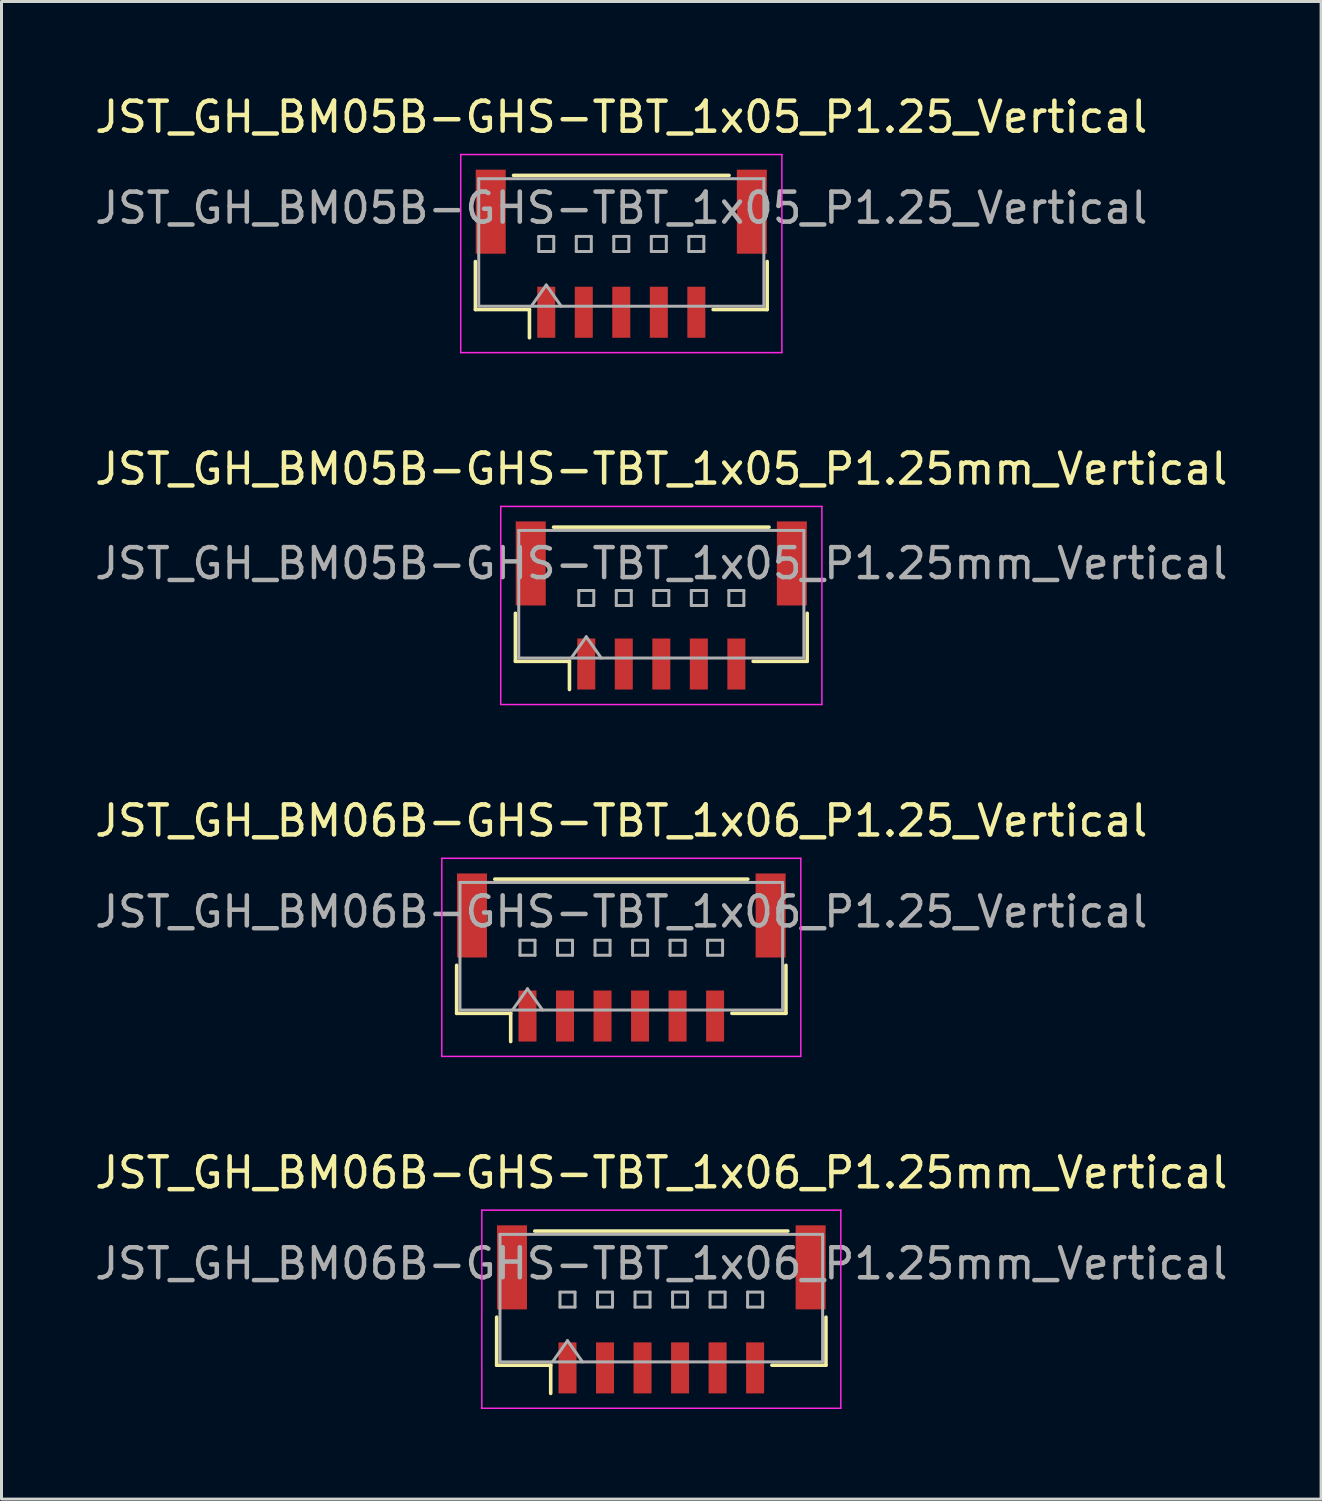
<source format=kicad_pcb>
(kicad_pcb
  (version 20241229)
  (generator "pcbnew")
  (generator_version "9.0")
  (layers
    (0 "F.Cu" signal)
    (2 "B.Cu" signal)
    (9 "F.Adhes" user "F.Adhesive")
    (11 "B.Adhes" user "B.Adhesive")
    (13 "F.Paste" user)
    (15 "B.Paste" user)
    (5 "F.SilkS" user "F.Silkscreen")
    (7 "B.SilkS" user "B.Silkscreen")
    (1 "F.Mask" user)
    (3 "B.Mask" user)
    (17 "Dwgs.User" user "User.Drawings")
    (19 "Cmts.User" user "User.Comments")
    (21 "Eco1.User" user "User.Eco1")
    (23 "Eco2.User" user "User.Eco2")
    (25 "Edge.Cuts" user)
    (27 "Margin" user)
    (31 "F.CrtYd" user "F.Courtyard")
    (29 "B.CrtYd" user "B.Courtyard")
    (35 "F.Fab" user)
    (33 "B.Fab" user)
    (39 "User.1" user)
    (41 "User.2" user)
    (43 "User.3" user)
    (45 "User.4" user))
  (footprint "JST_GH_BM06B-GHS-TBT_1x06_P1.25mm_Vertical"
    (layer "F.Cu")
    (at 18.982 40.848)
    (property "Reference" "JST_GH_BM06B-GHS-TBT_1x06_P1.25mm_Vertical" (at 0 -4.83 0) (layer "F.SilkS") (effects (font (size 1 1) (thickness 0.15))))
    (attr smd)
    (fp_line (start -5.485 -0.015) (end -5.485 1.585) (stroke (width 0.12) (type solid)) (layer "F.SilkS"))
    (fp_line (start -5.485 1.585) (end -3.685 1.585) (stroke (width 0.12) (type solid)) (layer "F.SilkS"))
    (fp_line (start -4.215 -2.885) (end 4.215 -2.885) (stroke (width 0.12) (type solid)) (layer "F.SilkS"))
    (fp_line (start -3.685 1.585) (end -3.685 2.525) (stroke (width 0.12) (type solid)) (layer "F.SilkS"))
    (fp_line (start 5.485 -0.015) (end 5.485 1.585) (stroke (width 0.12) (type solid)) (layer "F.SilkS"))
    (fp_line (start 5.485 1.585) (end 3.685 1.585) (stroke (width 0.12) (type solid)) (layer "F.SilkS"))
    (fp_line (start -5.98 -3.58) (end -5.98 3.02) (stroke (width 0.05) (type solid)) (layer "F.CrtYd"))
    (fp_line (start -5.98 3.02) (end 5.98 3.02) (stroke (width 0.05) (type solid)) (layer "F.CrtYd"))
    (fp_line (start 5.98 -3.58) (end -5.98 -3.58) (stroke (width 0.05) (type solid)) (layer "F.CrtYd"))
    (fp_line (start 5.98 3.02) (end 5.98 -3.58) (stroke (width 0.05) (type solid)) (layer "F.CrtYd"))
    (fp_line (start -5.375 -2.775) (end -5.375 1.475) (stroke (width 0.1) (type solid)) (layer "F.Fab"))
    (fp_line (start -5.375 1.475) (end 5.375 1.475) (stroke (width 0.1) (type solid)) (layer "F.Fab"))
    (fp_line (start -3.625 1.475) (end -3.125 0.768) (stroke (width 0.1) (type solid)) (layer "F.Fab"))
    (fp_line (start -3.375 -0.85) (end -3.375 -0.35) (stroke (width 0.1) (type solid)) (layer "F.Fab"))
    (fp_line (start -3.375 -0.35) (end -2.875 -0.35) (stroke (width 0.1) (type solid)) (layer "F.Fab"))
    (fp_line (start -3.125 0.768) (end -2.625 1.475) (stroke (width 0.1) (type solid)) (layer "F.Fab"))
    (fp_line (start -2.875 -0.85) (end -3.375 -0.85) (stroke (width 0.1) (type solid)) (layer "F.Fab"))
    (fp_line (start -2.875 -0.35) (end -2.875 -0.85) (stroke (width 0.1) (type solid)) (layer "F.Fab"))
    (fp_line (start -2.125 -0.85) (end -2.125 -0.35) (stroke (width 0.1) (type solid)) (layer "F.Fab"))
    (fp_line (start -2.125 -0.35) (end -1.625 -0.35) (stroke (width 0.1) (type solid)) (layer "F.Fab"))
    (fp_line (start -1.625 -0.85) (end -2.125 -0.85) (stroke (width 0.1) (type solid)) (layer "F.Fab"))
    (fp_line (start -1.625 -0.35) (end -1.625 -0.85) (stroke (width 0.1) (type solid)) (layer "F.Fab"))
    (fp_line (start -0.875 -0.85) (end -0.875 -0.35) (stroke (width 0.1) (type solid)) (layer "F.Fab"))
    (fp_line (start -0.875 -0.35) (end -0.375 -0.35) (stroke (width 0.1) (type solid)) (layer "F.Fab"))
    (fp_line (start -0.375 -0.85) (end -0.875 -0.85) (stroke (width 0.1) (type solid)) (layer "F.Fab"))
    (fp_line (start -0.375 -0.35) (end -0.375 -0.85) (stroke (width 0.1) (type solid)) (layer "F.Fab"))
    (fp_line (start 0.375 -0.85) (end 0.375 -0.35) (stroke (width 0.1) (type solid)) (layer "F.Fab"))
    (fp_line (start 0.375 -0.35) (end 0.875 -0.35) (stroke (width 0.1) (type solid)) (layer "F.Fab"))
    (fp_line (start 0.875 -0.85) (end 0.375 -0.85) (stroke (width 0.1) (type solid)) (layer "F.Fab"))
    (fp_line (start 0.875 -0.35) (end 0.875 -0.85) (stroke (width 0.1) (type solid)) (layer "F.Fab"))
    (fp_line (start 1.625 -0.85) (end 1.625 -0.35) (stroke (width 0.1) (type solid)) (layer "F.Fab"))
    (fp_line (start 1.625 -0.35) (end 2.125 -0.35) (stroke (width 0.1) (type solid)) (layer "F.Fab"))
    (fp_line (start 2.125 -0.85) (end 1.625 -0.85) (stroke (width 0.1) (type solid)) (layer "F.Fab"))
    (fp_line (start 2.125 -0.35) (end 2.125 -0.85) (stroke (width 0.1) (type solid)) (layer "F.Fab"))
    (fp_line (start 2.875 -0.85) (end 2.875 -0.35) (stroke (width 0.1) (type solid)) (layer "F.Fab"))
    (fp_line (start 2.875 -0.35) (end 3.375 -0.35) (stroke (width 0.1) (type solid)) (layer "F.Fab"))
    (fp_line (start 3.375 -0.85) (end 2.875 -0.85) (stroke (width 0.1) (type solid)) (layer "F.Fab"))
    (fp_line (start 3.375 -0.35) (end 3.375 -0.85) (stroke (width 0.1) (type solid)) (layer "F.Fab"))
    (fp_line (start 5.375 -2.775) (end -5.375 -2.775) (stroke (width 0.1) (type solid)) (layer "F.Fab"))
    (fp_line (start 5.375 1.475) (end 5.375 -2.775) (stroke (width 0.1) (type solid)) (layer "F.Fab"))
    (fp_text user "${REFERENCE}" (at 0 -1.8 0) (layer "F.Fab") (effects (font (size 1 1) (thickness 0.15))))
    (pad "" smd rect (at -4.975 -1.675) (size 1 2.8) (layers "F.Cu" "F.Mask" "F.Paste"))
    (pad "" smd rect (at 4.975 -1.675) (size 1 2.8) (layers "F.Cu" "F.Mask" "F.Paste"))
    (pad "1" smd rect (at -3.125 1.675) (size 0.6 1.7) (layers "F.Cu" "F.Mask" "F.Paste"))
    (pad "2" smd rect (at -1.875 1.675) (size 0.6 1.7) (layers "F.Cu" "F.Mask" "F.Paste"))
    (pad "3" smd rect (at -0.625 1.675) (size 0.6 1.7) (layers "F.Cu" "F.Mask" "F.Paste"))
    (pad "4" smd rect (at 0.625 1.675) (size 0.6 1.7) (layers "F.Cu" "F.Mask" "F.Paste"))
    (pad "5" smd rect (at 1.875 1.675) (size 0.6 1.7) (layers "F.Cu" "F.Mask" "F.Paste"))
    (pad "6" smd rect (at 3.125 1.675) (size 0.6 1.7) (layers "F.Cu" "F.Mask" "F.Paste")))
  (footprint "JST_GH_BM06B-GHS-TBT_1x06_P1.25_Vertical"
    (layer "F.Cu")
    (at 17.649 29.125)
    (property "Reference" "JST_GH_BM06B-GHS-TBT_1x06_P1.25_Vertical" (at 0 -4.83 0) (layer "F.SilkS") (effects (font (size 1 1) (thickness 0.15))))
    (attr smd)
    (fp_line (start -5.485 -0.015) (end -5.485 1.585) (stroke (width 0.12) (type solid)) (layer "F.SilkS"))
    (fp_line (start -5.485 1.585) (end -3.685 1.585) (stroke (width 0.12) (type solid)) (layer "F.SilkS"))
    (fp_line (start -4.215 -2.885) (end 4.215 -2.885) (stroke (width 0.12) (type solid)) (layer "F.SilkS"))
    (fp_line (start -3.685 1.585) (end -3.685 2.525) (stroke (width 0.12) (type solid)) (layer "F.SilkS"))
    (fp_line (start 5.485 -0.015) (end 5.485 1.585) (stroke (width 0.12) (type solid)) (layer "F.SilkS"))
    (fp_line (start 5.485 1.585) (end 3.685 1.585) (stroke (width 0.12) (type solid)) (layer "F.SilkS"))
    (fp_line (start -5.98 -3.58) (end -5.98 3.02) (stroke (width 0.05) (type solid)) (layer "F.CrtYd"))
    (fp_line (start -5.98 3.02) (end 5.98 3.02) (stroke (width 0.05) (type solid)) (layer "F.CrtYd"))
    (fp_line (start 5.98 -3.58) (end -5.98 -3.58) (stroke (width 0.05) (type solid)) (layer "F.CrtYd"))
    (fp_line (start 5.98 3.02) (end 5.98 -3.58) (stroke (width 0.05) (type solid)) (layer "F.CrtYd"))
    (fp_line (start -5.375 -2.775) (end -5.375 1.475) (stroke (width 0.1) (type solid)) (layer "F.Fab"))
    (fp_line (start -5.375 1.475) (end 5.375 1.475) (stroke (width 0.1) (type solid)) (layer "F.Fab"))
    (fp_line (start -3.625 1.475) (end -3.125 0.768) (stroke (width 0.1) (type solid)) (layer "F.Fab"))
    (fp_line (start -3.375 -0.85) (end -3.375 -0.35) (stroke (width 0.1) (type solid)) (layer "F.Fab"))
    (fp_line (start -3.375 -0.35) (end -2.875 -0.35) (stroke (width 0.1) (type solid)) (layer "F.Fab"))
    (fp_line (start -3.125 0.768) (end -2.625 1.475) (stroke (width 0.1) (type solid)) (layer "F.Fab"))
    (fp_line (start -2.875 -0.85) (end -3.375 -0.85) (stroke (width 0.1) (type solid)) (layer "F.Fab"))
    (fp_line (start -2.875 -0.35) (end -2.875 -0.85) (stroke (width 0.1) (type solid)) (layer "F.Fab"))
    (fp_line (start -2.125 -0.85) (end -2.125 -0.35) (stroke (width 0.1) (type solid)) (layer "F.Fab"))
    (fp_line (start -2.125 -0.35) (end -1.625 -0.35) (stroke (width 0.1) (type solid)) (layer "F.Fab"))
    (fp_line (start -1.625 -0.85) (end -2.125 -0.85) (stroke (width 0.1) (type solid)) (layer "F.Fab"))
    (fp_line (start -1.625 -0.35) (end -1.625 -0.85) (stroke (width 0.1) (type solid)) (layer "F.Fab"))
    (fp_line (start -0.875 -0.85) (end -0.875 -0.35) (stroke (width 0.1) (type solid)) (layer "F.Fab"))
    (fp_line (start -0.875 -0.35) (end -0.375 -0.35) (stroke (width 0.1) (type solid)) (layer "F.Fab"))
    (fp_line (start -0.375 -0.85) (end -0.875 -0.85) (stroke (width 0.1) (type solid)) (layer "F.Fab"))
    (fp_line (start -0.375 -0.35) (end -0.375 -0.85) (stroke (width 0.1) (type solid)) (layer "F.Fab"))
    (fp_line (start 0.375 -0.85) (end 0.375 -0.35) (stroke (width 0.1) (type solid)) (layer "F.Fab"))
    (fp_line (start 0.375 -0.35) (end 0.875 -0.35) (stroke (width 0.1) (type solid)) (layer "F.Fab"))
    (fp_line (start 0.875 -0.85) (end 0.375 -0.85) (stroke (width 0.1) (type solid)) (layer "F.Fab"))
    (fp_line (start 0.875 -0.35) (end 0.875 -0.85) (stroke (width 0.1) (type solid)) (layer "F.Fab"))
    (fp_line (start 1.625 -0.85) (end 1.625 -0.35) (stroke (width 0.1) (type solid)) (layer "F.Fab"))
    (fp_line (start 1.625 -0.35) (end 2.125 -0.35) (stroke (width 0.1) (type solid)) (layer "F.Fab"))
    (fp_line (start 2.125 -0.85) (end 1.625 -0.85) (stroke (width 0.1) (type solid)) (layer "F.Fab"))
    (fp_line (start 2.125 -0.35) (end 2.125 -0.85) (stroke (width 0.1) (type solid)) (layer "F.Fab"))
    (fp_line (start 2.875 -0.85) (end 2.875 -0.35) (stroke (width 0.1) (type solid)) (layer "F.Fab"))
    (fp_line (start 2.875 -0.35) (end 3.375 -0.35) (stroke (width 0.1) (type solid)) (layer "F.Fab"))
    (fp_line (start 3.375 -0.85) (end 2.875 -0.85) (stroke (width 0.1) (type solid)) (layer "F.Fab"))
    (fp_line (start 3.375 -0.35) (end 3.375 -0.85) (stroke (width 0.1) (type solid)) (layer "F.Fab"))
    (fp_line (start 5.375 -2.775) (end -5.375 -2.775) (stroke (width 0.1) (type solid)) (layer "F.Fab"))
    (fp_line (start 5.375 1.475) (end 5.375 -2.775) (stroke (width 0.1) (type solid)) (layer "F.Fab"))
    (fp_text user "${REFERENCE}" (at 0 -1.8 0) (layer "F.Fab") (effects (font (size 1 1) (thickness 0.15))))
    (pad "" smd rect (at -4.975 -1.675) (size 1 2.8) (layers "F.Cu" "F.Mask" "F.Paste"))
    (pad "" smd rect (at 4.975 -1.675) (size 1 2.8) (layers "F.Cu" "F.Mask" "F.Paste"))
    (pad "1" smd rect (at -3.125 1.675) (size 0.6 1.7) (layers "F.Cu" "F.Mask" "F.Paste"))
    (pad "2" smd rect (at -1.875 1.675) (size 0.6 1.7) (layers "F.Cu" "F.Mask" "F.Paste"))
    (pad "3" smd rect (at -0.625 1.675) (size 0.6 1.7) (layers "F.Cu" "F.Mask" "F.Paste"))
    (pad "4" smd rect (at 0.625 1.675) (size 0.6 1.7) (layers "F.Cu" "F.Mask" "F.Paste"))
    (pad "5" smd rect (at 1.875 1.675) (size 0.6 1.7) (layers "F.Cu" "F.Mask" "F.Paste"))
    (pad "6" smd rect (at 3.125 1.675) (size 0.6 1.7) (layers "F.Cu" "F.Mask" "F.Paste")))
  (footprint "JST_GH_BM05B-GHS-TBT_1x05_P1.25_Vertical"
    (layer "F.Cu")
    (at 17.649 5.678)
    (property "Reference" "JST_GH_BM05B-GHS-TBT_1x05_P1.25_Vertical" (at 0 -4.83 0) (layer "F.SilkS") (effects (font (size 1 1) (thickness 0.15))))
    (attr smd)
    (fp_line (start -4.86 -0.015) (end -4.86 1.585) (stroke (width 0.12) (type solid)) (layer "F.SilkS"))
    (fp_line (start -4.86 1.585) (end -3.06 1.585) (stroke (width 0.12) (type solid)) (layer "F.SilkS"))
    (fp_line (start -3.59 -2.885) (end 3.59 -2.885) (stroke (width 0.12) (type solid)) (layer "F.SilkS"))
    (fp_line (start -3.06 1.585) (end -3.06 2.525) (stroke (width 0.12) (type solid)) (layer "F.SilkS"))
    (fp_line (start 4.86 -0.015) (end 4.86 1.585) (stroke (width 0.12) (type solid)) (layer "F.SilkS"))
    (fp_line (start 4.86 1.585) (end 3.06 1.585) (stroke (width 0.12) (type solid)) (layer "F.SilkS"))
    (fp_line (start -5.35 -3.58) (end -5.35 3.02) (stroke (width 0.05) (type solid)) (layer "F.CrtYd"))
    (fp_line (start -5.35 3.02) (end 5.35 3.02) (stroke (width 0.05) (type solid)) (layer "F.CrtYd"))
    (fp_line (start 5.35 -3.58) (end -5.35 -3.58) (stroke (width 0.05) (type solid)) (layer "F.CrtYd"))
    (fp_line (start 5.35 3.02) (end 5.35 -3.58) (stroke (width 0.05) (type solid)) (layer "F.CrtYd"))
    (fp_line (start -4.75 -2.775) (end -4.75 1.475) (stroke (width 0.1) (type solid)) (layer "F.Fab"))
    (fp_line (start -4.75 1.475) (end 4.75 1.475) (stroke (width 0.1) (type solid)) (layer "F.Fab"))
    (fp_line (start -3 1.475) (end -2.5 0.768) (stroke (width 0.1) (type solid)) (layer "F.Fab"))
    (fp_line (start -2.75 -0.85) (end -2.75 -0.35) (stroke (width 0.1) (type solid)) (layer "F.Fab"))
    (fp_line (start -2.75 -0.35) (end -2.25 -0.35) (stroke (width 0.1) (type solid)) (layer "F.Fab"))
    (fp_line (start -2.5 0.768) (end -2 1.475) (stroke (width 0.1) (type solid)) (layer "F.Fab"))
    (fp_line (start -2.25 -0.85) (end -2.75 -0.85) (stroke (width 0.1) (type solid)) (layer "F.Fab"))
    (fp_line (start -2.25 -0.35) (end -2.25 -0.85) (stroke (width 0.1) (type solid)) (layer "F.Fab"))
    (fp_line (start -1.5 -0.85) (end -1.5 -0.35) (stroke (width 0.1) (type solid)) (layer "F.Fab"))
    (fp_line (start -1.5 -0.35) (end -1 -0.35) (stroke (width 0.1) (type solid)) (layer "F.Fab"))
    (fp_line (start -1 -0.85) (end -1.5 -0.85) (stroke (width 0.1) (type solid)) (layer "F.Fab"))
    (fp_line (start -1 -0.35) (end -1 -0.85) (stroke (width 0.1) (type solid)) (layer "F.Fab"))
    (fp_line (start -0.25 -0.85) (end -0.25 -0.35) (stroke (width 0.1) (type solid)) (layer "F.Fab"))
    (fp_line (start -0.25 -0.35) (end 0.25 -0.35) (stroke (width 0.1) (type solid)) (layer "F.Fab"))
    (fp_line (start 0.25 -0.85) (end -0.25 -0.85) (stroke (width 0.1) (type solid)) (layer "F.Fab"))
    (fp_line (start 0.25 -0.35) (end 0.25 -0.85) (stroke (width 0.1) (type solid)) (layer "F.Fab"))
    (fp_line (start 1 -0.85) (end 1 -0.35) (stroke (width 0.1) (type solid)) (layer "F.Fab"))
    (fp_line (start 1 -0.35) (end 1.5 -0.35) (stroke (width 0.1) (type solid)) (layer "F.Fab"))
    (fp_line (start 1.5 -0.85) (end 1 -0.85) (stroke (width 0.1) (type solid)) (layer "F.Fab"))
    (fp_line (start 1.5 -0.35) (end 1.5 -0.85) (stroke (width 0.1) (type solid)) (layer "F.Fab"))
    (fp_line (start 2.25 -0.85) (end 2.25 -0.35) (stroke (width 0.1) (type solid)) (layer "F.Fab"))
    (fp_line (start 2.25 -0.35) (end 2.75 -0.35) (stroke (width 0.1) (type solid)) (layer "F.Fab"))
    (fp_line (start 2.75 -0.85) (end 2.25 -0.85) (stroke (width 0.1) (type solid)) (layer "F.Fab"))
    (fp_line (start 2.75 -0.35) (end 2.75 -0.85) (stroke (width 0.1) (type solid)) (layer "F.Fab"))
    (fp_line (start 4.75 -2.775) (end -4.75 -2.775) (stroke (width 0.1) (type solid)) (layer "F.Fab"))
    (fp_line (start 4.75 1.475) (end 4.75 -2.775) (stroke (width 0.1) (type solid)) (layer "F.Fab"))
    (fp_text user "${REFERENCE}" (at 0 -1.8 0) (layer "F.Fab") (effects (font (size 1 1) (thickness 0.15))))
    (pad "" smd rect (at -4.35 -1.675) (size 1 2.8) (layers "F.Cu" "F.Mask" "F.Paste"))
    (pad "" smd rect (at 4.35 -1.675) (size 1 2.8) (layers "F.Cu" "F.Mask" "F.Paste"))
    (pad "1" smd rect (at -2.5 1.675) (size 0.6 1.7) (layers "F.Cu" "F.Mask" "F.Paste"))
    (pad "2" smd rect (at -1.25 1.675) (size 0.6 1.7) (layers "F.Cu" "F.Mask" "F.Paste"))
    (pad "3" smd rect (at 0 1.675) (size 0.6 1.7) (layers "F.Cu" "F.Mask" "F.Paste"))
    (pad "4" smd rect (at 1.25 1.675) (size 0.6 1.7) (layers "F.Cu" "F.Mask" "F.Paste"))
    (pad "5" smd rect (at 2.5 1.675) (size 0.6 1.7) (layers "F.Cu" "F.Mask" "F.Paste")))
  (footprint "JST_GH_BM05B-GHS-TBT_1x05_P1.25mm_Vertical"
    (layer "F.Cu")
    (at 18.982 17.122)
    (property "Reference" "JST_GH_BM05B-GHS-TBT_1x05_P1.25mm_Vertical" (at 0 -4.55 0) (layer "F.SilkS") (effects (font (size 1 1) (thickness 0.15))))
    (attr smd)
    (fp_line (start -4.86 0.26) (end -4.86 1.86) (stroke (width 0.12) (type solid)) (layer "F.SilkS"))
    (fp_line (start -4.86 1.86) (end -3.06 1.86) (stroke (width 0.12) (type solid)) (layer "F.SilkS"))
    (fp_line (start -3.59 -2.61) (end 3.59 -2.61) (stroke (width 0.12) (type solid)) (layer "F.SilkS"))
    (fp_line (start -3.06 1.86) (end -3.06 2.8) (stroke (width 0.12) (type solid)) (layer "F.SilkS"))
    (fp_line (start 4.86 0.26) (end 4.86 1.86) (stroke (width 0.12) (type solid)) (layer "F.SilkS"))
    (fp_line (start 4.86 1.86) (end 3.06 1.86) (stroke (width 0.12) (type solid)) (layer "F.SilkS"))
    (fp_line (start -5.35 -3.3) (end -5.35 3.3) (stroke (width 0.05) (type solid)) (layer "F.CrtYd"))
    (fp_line (start -5.35 3.3) (end 5.35 3.3) (stroke (width 0.05) (type solid)) (layer "F.CrtYd"))
    (fp_line (start 5.35 -3.3) (end -5.35 -3.3) (stroke (width 0.05) (type solid)) (layer "F.CrtYd"))
    (fp_line (start 5.35 3.3) (end 5.35 -3.3) (stroke (width 0.05) (type solid)) (layer "F.CrtYd"))
    (fp_line (start -4.75 -2.5) (end -4.75 1.75) (stroke (width 0.1) (type solid)) (layer "F.Fab"))
    (fp_line (start -4.75 1.75) (end 4.75 1.75) (stroke (width 0.1) (type solid)) (layer "F.Fab"))
    (fp_line (start -3 1.75) (end -2.5 1.043) (stroke (width 0.1) (type solid)) (layer "F.Fab"))
    (fp_line (start -2.75 -0.5) (end -2.75 0) (stroke (width 0.1) (type solid)) (layer "F.Fab"))
    (fp_line (start -2.75 0) (end -2.25 0) (stroke (width 0.1) (type solid)) (layer "F.Fab"))
    (fp_line (start -2.5 1.043) (end -2 1.75) (stroke (width 0.1) (type solid)) (layer "F.Fab"))
    (fp_line (start -2.25 -0.5) (end -2.75 -0.5) (stroke (width 0.1) (type solid)) (layer "F.Fab"))
    (fp_line (start -2.25 0) (end -2.25 -0.5) (stroke (width 0.1) (type solid)) (layer "F.Fab"))
    (fp_line (start -1.5 -0.5) (end -1.5 0) (stroke (width 0.1) (type solid)) (layer "F.Fab"))
    (fp_line (start -1.5 0) (end -1 0) (stroke (width 0.1) (type solid)) (layer "F.Fab"))
    (fp_line (start -1 -0.5) (end -1.5 -0.5) (stroke (width 0.1) (type solid)) (layer "F.Fab"))
    (fp_line (start -1 0) (end -1 -0.5) (stroke (width 0.1) (type solid)) (layer "F.Fab"))
    (fp_line (start -0.25 -0.5) (end -0.25 0) (stroke (width 0.1) (type solid)) (layer "F.Fab"))
    (fp_line (start -0.25 0) (end 0.25 0) (stroke (width 0.1) (type solid)) (layer "F.Fab"))
    (fp_line (start 0.25 -0.5) (end -0.25 -0.5) (stroke (width 0.1) (type solid)) (layer "F.Fab"))
    (fp_line (start 0.25 0) (end 0.25 -0.5) (stroke (width 0.1) (type solid)) (layer "F.Fab"))
    (fp_line (start 1 -0.5) (end 1 0) (stroke (width 0.1) (type solid)) (layer "F.Fab"))
    (fp_line (start 1 0) (end 1.5 0) (stroke (width 0.1) (type solid)) (layer "F.Fab"))
    (fp_line (start 1.5 -0.5) (end 1 -0.5) (stroke (width 0.1) (type solid)) (layer "F.Fab"))
    (fp_line (start 1.5 0) (end 1.5 -0.5) (stroke (width 0.1) (type solid)) (layer "F.Fab"))
    (fp_line (start 2.25 -0.5) (end 2.25 0) (stroke (width 0.1) (type solid)) (layer "F.Fab"))
    (fp_line (start 2.25 0) (end 2.75 0) (stroke (width 0.1) (type solid)) (layer "F.Fab"))
    (fp_line (start 2.75 -0.5) (end 2.25 -0.5) (stroke (width 0.1) (type solid)) (layer "F.Fab"))
    (fp_line (start 2.75 0) (end 2.75 -0.5) (stroke (width 0.1) (type solid)) (layer "F.Fab"))
    (fp_line (start 4.75 -2.5) (end -4.75 -2.5) (stroke (width 0.1) (type solid)) (layer "F.Fab"))
    (fp_line (start 4.75 1.75) (end 4.75 -2.5) (stroke (width 0.1) (type solid)) (layer "F.Fab"))
    (fp_text user "${REFERENCE}" (at 0 -1.4 0) (layer "F.Fab") (effects (font (size 1 1) (thickness 0.15))))
    (pad "" smd rect (at -4.35 -1.4) (size 1 2.8) (layers "F.Cu" "F.Mask" "F.Paste"))
    (pad "" smd rect (at 4.35 -1.4) (size 1 2.8) (layers "F.Cu" "F.Mask" "F.Paste"))
    (pad "1" smd rect (at -2.5 1.95) (size 0.6 1.7) (layers "F.Cu" "F.Mask" "F.Paste"))
    (pad "2" smd rect (at -1.25 1.95) (size 0.6 1.7) (layers "F.Cu" "F.Mask" "F.Paste"))
    (pad "3" smd rect (at 0 1.95) (size 0.6 1.7) (layers "F.Cu" "F.Mask" "F.Paste"))
    (pad "4" smd rect (at 1.25 1.95) (size 0.6 1.7) (layers "F.Cu" "F.Mask" "F.Paste"))
    (pad "5" smd rect (at 2.5 1.95) (size 0.6 1.7) (layers "F.Cu" "F.Mask" "F.Paste")))
  (gr_rect
    (start -3 -3)
    (end 40.964 46.893)
    (stroke (width 0.1) (type default))
    (fill no)
    (layer "Edge.Cuts")))
</source>
